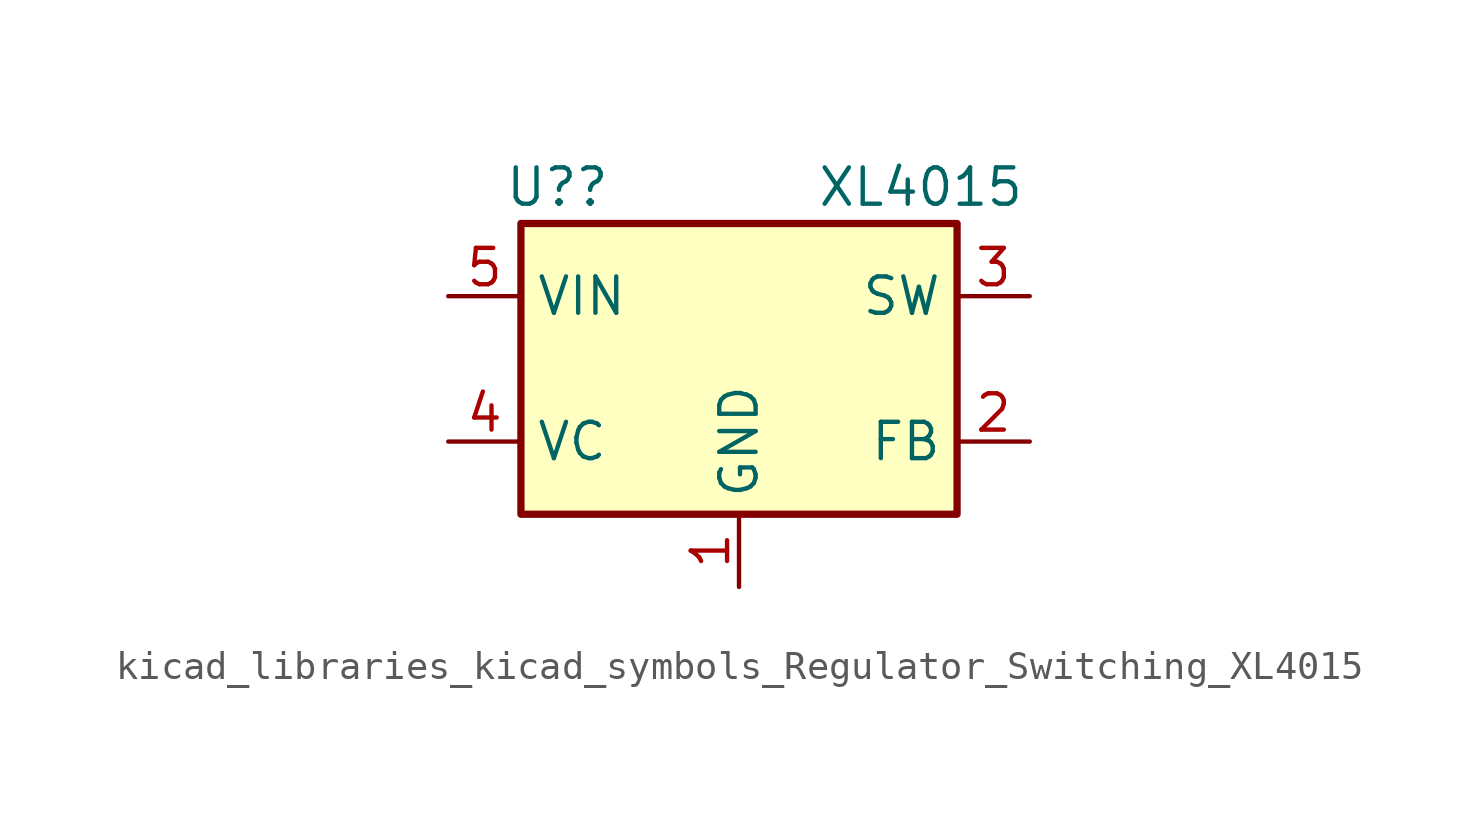
<source format=kicad_sym>
(kicad_symbol_lib
  (version 20220914)
  (generator kicad_symbol_editor)
  (symbol "kicad_libraries_kicad_symbols_Regulator_Switching_XL4015"
    (property "Reference" "U?"
      (at -6.35 6.35 0)
      (effects (font (size 1.27 1.27))))
    (property "Value" "XL4015"
      (at 6.35 6.35 0)
      (effects (font (size 1.27 1.27))))
    (symbol "kicad_libraries_kicad_symbols_Regulator_Switching_XL4015_0_1"
      (rectangle (start -7.62 5.08) (end 7.62 -5.08) (stroke (width 0.254) (type default)) (fill (type background))))
    (symbol "kicad_libraries_kicad_symbols_Regulator_Switching_XL4015_1_1"
      (pin power_in line (at 0 -7.62 90) (length 2.54) (name "GND" (effects (font (size 1.27 1.27)))) (number "1" (effects (font (size 1.27 1.27)))))
      (pin input line (at 10.16 -2.54 180) (length 2.54) (name "FB" (effects (font (size 1.27 1.27)))) (number "2" (effects (font (size 1.27 1.27)))))
      (pin power_out line (at 10.16 2.54 180) (length 2.54) (name "SW" (effects (font (size 1.27 1.27)))) (number "3" (effects (font (size 1.27 1.27)))))
      (pin input line (at -10.16 -2.54 0) (length 2.54) (name "VC" (effects (font (size 1.27 1.27)))) (number "4" (effects (font (size 1.27 1.27)))))
      (pin power_in line (at -10.16 2.54 0) (length 2.54) (name "VIN" (effects (font (size 1.27 1.27)))) (number "5" (effects (font (size 1.27 1.27))))))))
</source>
